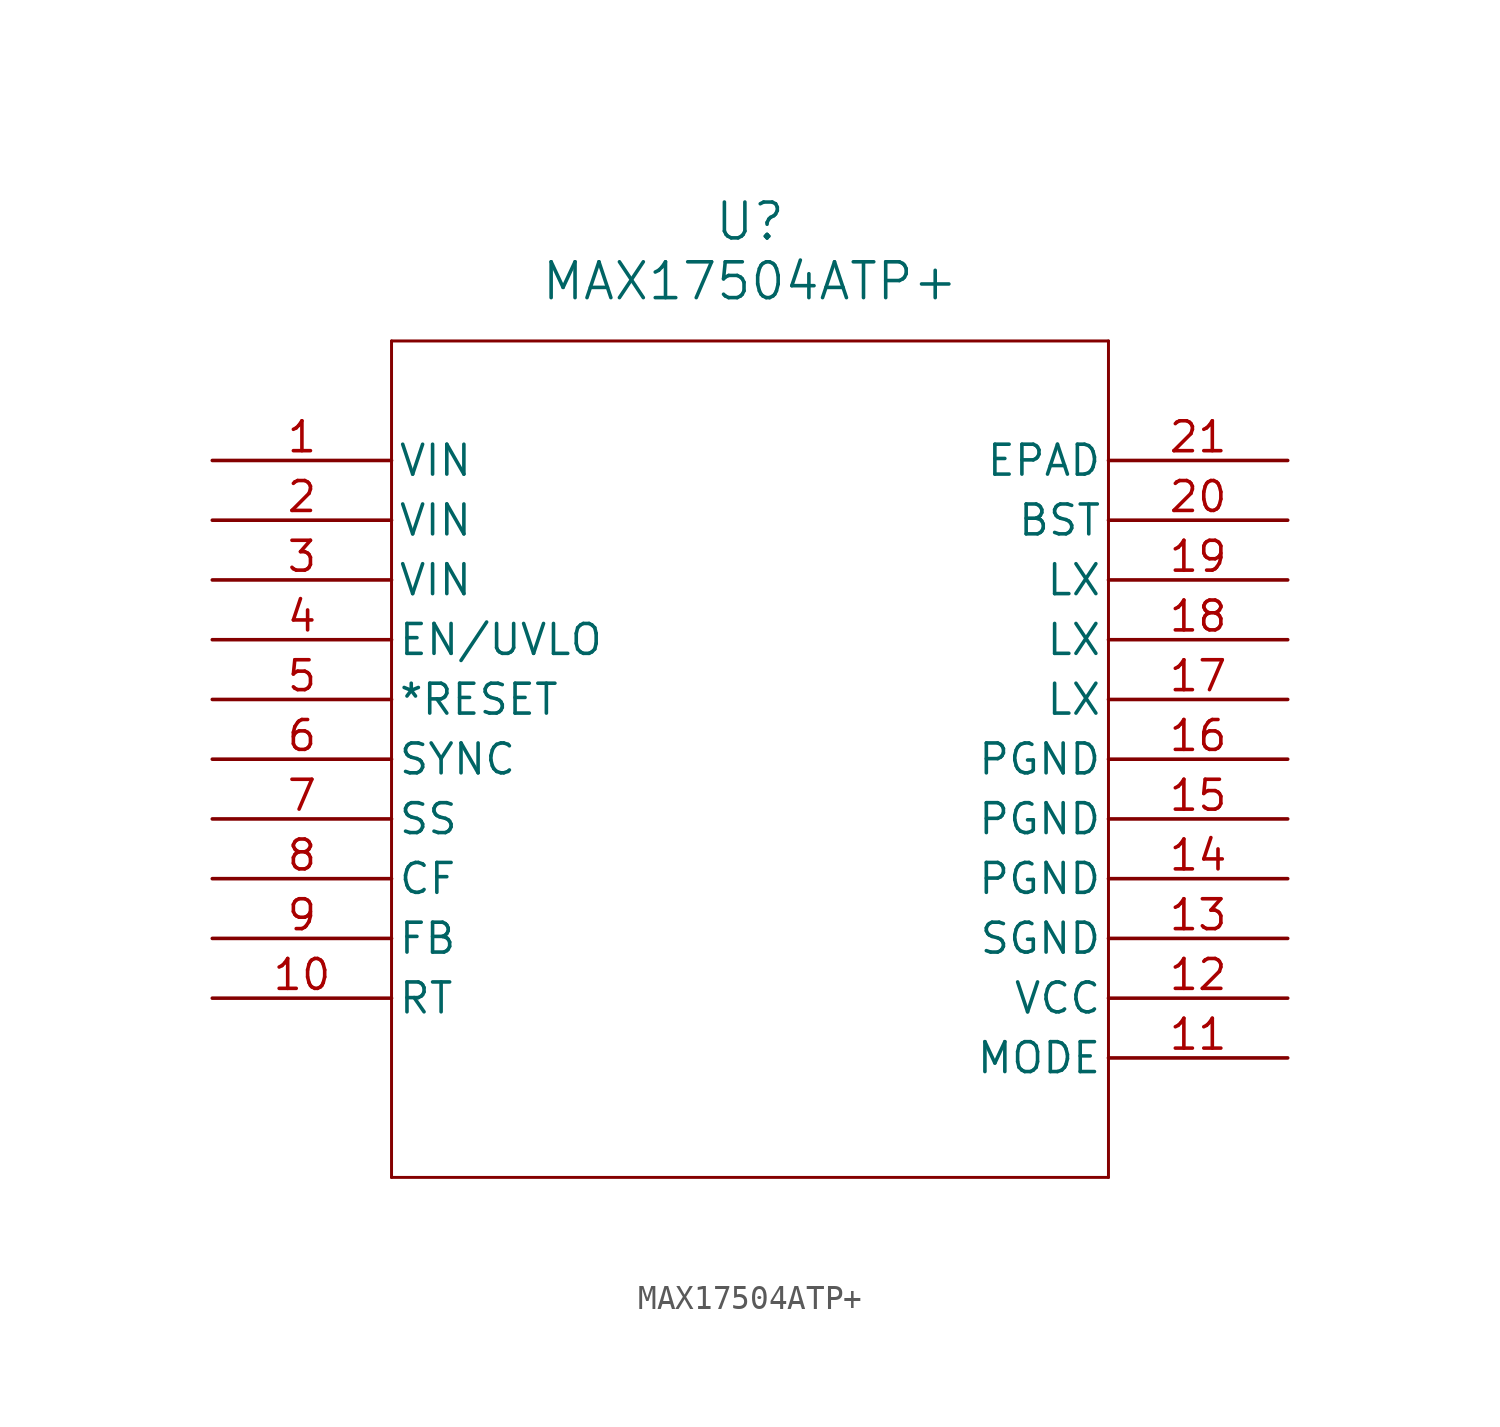
<source format=kicad_sym>
(kicad_symbol_lib
  (version 20211014)
  (generator kicad_symbol_editor)
  (symbol "MAX17504ATP+"
    (pin_names
      (offset 0.254))
    (property "Reference" "U"
      (at 22.86 10.16 0)
      (effects (font (size 1.524 1.524))))
    (property "Value" "MAX17504ATP+"
      (at 22.86 7.62 0)
      (effects (font (size 1.524 1.524))))
    (symbol "MAX17504ATP+_0_1"
      (polyline (pts (xy 7.62 5.08) (xy 7.62 -30.48)) (stroke (width 0.127) (type default) (color 0 0 0 0)) (fill (type none)))
      (polyline (pts (xy 7.62 -30.48) (xy 38.1 -30.48)) (stroke (width 0.127) (type default) (color 0 0 0 0)) (fill (type none)))
      (polyline (pts (xy 38.1 -30.48) (xy 38.1 5.08)) (stroke (width 0.127) (type default) (color 0 0 0 0)) (fill (type none)))
      (polyline (pts (xy 38.1 5.08) (xy 7.62 5.08)) (stroke (width 0.127) (type default) (color 0 0 0 0)) (fill (type none)))
      (pin input line (at 0 0 0) (length 7.62) (name "VIN" (effects (font (size 1.27 1.27)))) (number "1" (effects (font (size 1.27 1.27)))))
      (pin input line (at 0 -2.54 0) (length 7.62) (name "VIN" (effects (font (size 1.27 1.27)))) (number "2" (effects (font (size 1.27 1.27)))))
      (pin input line (at 0 -5.08 0) (length 7.62) (name "VIN" (effects (font (size 1.27 1.27)))) (number "3" (effects (font (size 1.27 1.27)))))
      (pin bidirectional line (at 0 -7.62 0) (length 7.62) (name "EN/UVLO" (effects (font (size 1.27 1.27)))) (number "4" (effects (font (size 1.27 1.27)))))
      (pin output line (at 0 -10.16 0) (length 7.62) (name "*RESET" (effects (font (size 1.27 1.27)))) (number "5" (effects (font (size 1.27 1.27)))))
      (pin unspecified line (at 0 -12.7 0) (length 7.62) (name "SYNC" (effects (font (size 1.27 1.27)))) (number "6" (effects (font (size 1.27 1.27)))))
      (pin input line (at 0 -15.24 0) (length 7.62) (name "SS" (effects (font (size 1.27 1.27)))) (number "7" (effects (font (size 1.27 1.27)))))
      (pin unspecified line (at 0 -17.78 0) (length 7.62) (name "CF" (effects (font (size 1.27 1.27)))) (number "8" (effects (font (size 1.27 1.27)))))
      (pin input line (at 0 -20.32 0) (length 7.62) (name "FB" (effects (font (size 1.27 1.27)))) (number "9" (effects (font (size 1.27 1.27)))))
      (pin unspecified line (at 0 -22.86 0) (length 7.62) (name "RT" (effects (font (size 1.27 1.27)))) (number "10" (effects (font (size 1.27 1.27)))))
      (pin unspecified line (at 45.72 -25.4 180) (length 7.62) (name "MODE" (effects (font (size 1.27 1.27)))) (number "11" (effects (font (size 1.27 1.27)))))
      (pin power_in line (at 45.72 -22.86 180) (length 7.62) (name "VCC" (effects (font (size 1.27 1.27)))) (number "12" (effects (font (size 1.27 1.27)))))
      (pin power_in line (at 45.72 -20.32 180) (length 7.62) (name "SGND" (effects (font (size 1.27 1.27)))) (number "13" (effects (font (size 1.27 1.27)))))
      (pin power_in line (at 45.72 -17.78 180) (length 7.62) (name "PGND" (effects (font (size 1.27 1.27)))) (number "14" (effects (font (size 1.27 1.27)))))
      (pin power_in line (at 45.72 -15.24 180) (length 7.62) (name "PGND" (effects (font (size 1.27 1.27)))) (number "15" (effects (font (size 1.27 1.27)))))
      (pin power_in line (at 45.72 -12.7 180) (length 7.62) (name "PGND" (effects (font (size 1.27 1.27)))) (number "16" (effects (font (size 1.27 1.27)))))
      (pin unspecified line (at 45.72 -10.16 180) (length 7.62) (name "LX" (effects (font (size 1.27 1.27)))) (number "17" (effects (font (size 1.27 1.27)))))
      (pin unspecified line (at 45.72 -7.62 180) (length 7.62) (name "LX" (effects (font (size 1.27 1.27)))) (number "18" (effects (font (size 1.27 1.27)))))
      (pin unspecified line (at 45.72 -5.08 180) (length 7.62) (name "LX" (effects (font (size 1.27 1.27)))) (number "19" (effects (font (size 1.27 1.27)))))
      (pin unspecified line (at 45.72 -2.54 180) (length 7.62) (name "BST" (effects (font (size 1.27 1.27)))) (number "20" (effects (font (size 1.27 1.27)))))
      (pin unspecified line (at 45.72 0 180) (length 7.62) (name "EPAD" (effects (font (size 1.27 1.27)))) (number "21" (effects (font (size 1.27 1.27))))))))
</source>
